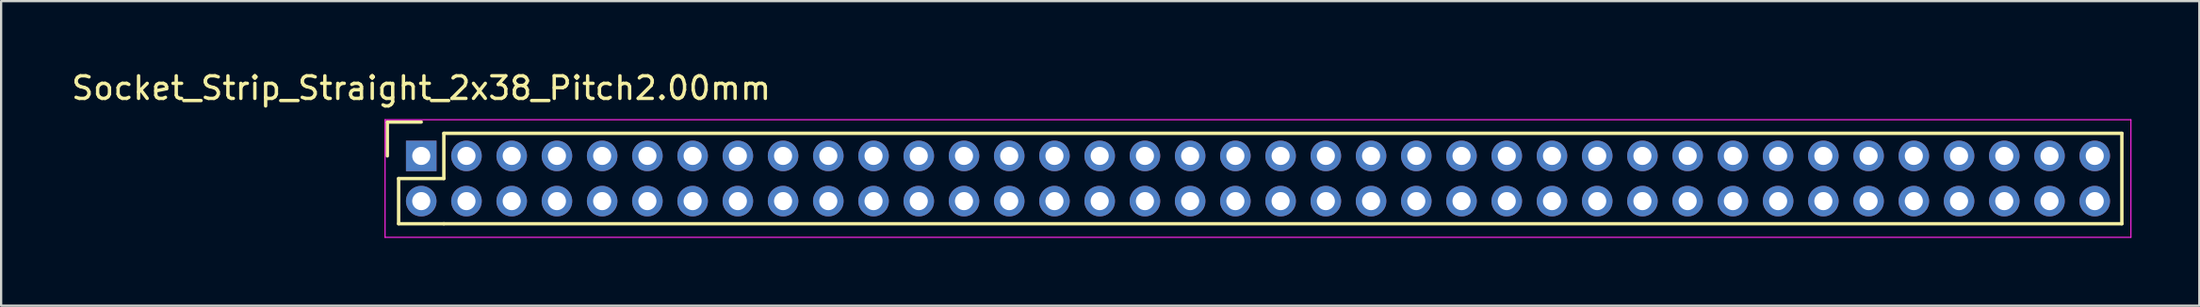
<source format=kicad_pcb>
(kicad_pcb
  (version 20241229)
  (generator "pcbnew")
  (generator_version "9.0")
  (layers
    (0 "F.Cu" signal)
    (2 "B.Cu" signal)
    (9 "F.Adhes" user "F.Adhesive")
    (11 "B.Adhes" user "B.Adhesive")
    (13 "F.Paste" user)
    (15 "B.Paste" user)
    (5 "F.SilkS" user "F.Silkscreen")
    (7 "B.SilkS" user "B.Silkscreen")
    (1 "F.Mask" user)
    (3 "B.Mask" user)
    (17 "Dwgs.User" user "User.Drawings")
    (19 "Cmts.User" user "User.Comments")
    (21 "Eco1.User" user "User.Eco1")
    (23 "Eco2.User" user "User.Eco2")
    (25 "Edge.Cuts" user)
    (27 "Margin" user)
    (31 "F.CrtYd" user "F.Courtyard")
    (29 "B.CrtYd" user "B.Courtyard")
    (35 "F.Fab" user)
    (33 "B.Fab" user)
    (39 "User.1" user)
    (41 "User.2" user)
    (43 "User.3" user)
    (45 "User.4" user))
  (footprint "Socket_Strip_Straight_2x38_Pitch2.00mm"
    (layer "F.Cu")
    (at 15.577 3.848)
    (property "Reference" "Socket_Strip_Straight_2x38_Pitch2.00mm" (at 0 -3 0) (layer "F.SilkS") (effects (font (size 1 1) (thickness 0.15))))
    (attr through_hole)
    (fp_line (start -1.5 -1.5) (end -1.5 0) (stroke (width 0.15) (type solid)) (layer "F.SilkS"))
    (fp_line (start -1 1) (end -1 3) (stroke (width 0.15) (type solid)) (layer "F.SilkS"))
    (fp_line (start -1 3) (end 1 3) (stroke (width 0.15) (type solid)) (layer "F.SilkS"))
    (fp_line (start 0 -1.5) (end -1.5 -1.5) (stroke (width 0.15) (type solid)) (layer "F.SilkS"))
    (fp_line (start 1 -1) (end 1 1) (stroke (width 0.15) (type solid)) (layer "F.SilkS"))
    (fp_line (start 1 1) (end -1 1) (stroke (width 0.15) (type solid)) (layer "F.SilkS"))
    (fp_line (start 1 3) (end 75.2 3) (stroke (width 0.15) (type solid)) (layer "F.SilkS"))
    (fp_line (start 75.2 -1) (end 1 -1) (stroke (width 0.15) (type solid)) (layer "F.SilkS"))
    (fp_line (start 75.2 3) (end 75.2 -1) (stroke (width 0.15) (type solid)) (layer "F.SilkS"))
    (fp_line (start -1.6 -1.6) (end -1.6 3.6) (stroke (width 0.05) (type solid)) (layer "F.CrtYd"))
    (fp_line (start -1.6 3.6) (end 75.6 3.6) (stroke (width 0.05) (type solid)) (layer "F.CrtYd"))
    (fp_line (start 75.6 -1.6) (end -1.6 -1.6) (stroke (width 0.05) (type solid)) (layer "F.CrtYd"))
    (fp_line (start 75.6 3.6) (end 75.6 -1.6) (stroke (width 0.05) (type solid)) (layer "F.CrtYd"))
    (pad "1" thru_hole rect (at 0 0) (size 1.35 1.35) (drill 0.8) (layers "*.Cu" "*.Mask"))
    (pad "2" thru_hole circle (at 0 2) (size 1.35 1.35) (drill 0.8) (layers "*.Cu" "*.Mask"))
    (pad "3" thru_hole circle (at 2 0) (size 1.35 1.35) (drill 0.8) (layers "*.Cu" "*.Mask"))
    (pad "4" thru_hole circle (at 2 2) (size 1.35 1.35) (drill 0.8) (layers "*.Cu" "*.Mask"))
    (pad "5" thru_hole circle (at 4 0) (size 1.35 1.35) (drill 0.8) (layers "*.Cu" "*.Mask"))
    (pad "6" thru_hole circle (at 4 2) (size 1.35 1.35) (drill 0.8) (layers "*.Cu" "*.Mask"))
    (pad "7" thru_hole circle (at 6 0) (size 1.35 1.35) (drill 0.8) (layers "*.Cu" "*.Mask"))
    (pad "8" thru_hole circle (at 6 2) (size 1.35 1.35) (drill 0.8) (layers "*.Cu" "*.Mask"))
    (pad "9" thru_hole circle (at 8 0) (size 1.35 1.35) (drill 0.8) (layers "*.Cu" "*.Mask"))
    (pad "10" thru_hole circle (at 8 2) (size 1.35 1.35) (drill 0.8) (layers "*.Cu" "*.Mask"))
    (pad "11" thru_hole circle (at 10 0) (size 1.35 1.35) (drill 0.8) (layers "*.Cu" "*.Mask"))
    (pad "12" thru_hole circle (at 10 2) (size 1.35 1.35) (drill 0.8) (layers "*.Cu" "*.Mask"))
    (pad "13" thru_hole circle (at 12 0) (size 1.35 1.35) (drill 0.8) (layers "*.Cu" "*.Mask"))
    (pad "14" thru_hole circle (at 12 2) (size 1.35 1.35) (drill 0.8) (layers "*.Cu" "*.Mask"))
    (pad "15" thru_hole circle (at 14 0) (size 1.35 1.35) (drill 0.8) (layers "*.Cu" "*.Mask"))
    (pad "16" thru_hole circle (at 14 2) (size 1.35 1.35) (drill 0.8) (layers "*.Cu" "*.Mask"))
    (pad "17" thru_hole circle (at 16 0) (size 1.35 1.35) (drill 0.8) (layers "*.Cu" "*.Mask"))
    (pad "18" thru_hole circle (at 16 2) (size 1.35 1.35) (drill 0.8) (layers "*.Cu" "*.Mask"))
    (pad "19" thru_hole circle (at 18 0) (size 1.35 1.35) (drill 0.8) (layers "*.Cu" "*.Mask"))
    (pad "20" thru_hole circle (at 18 2) (size 1.35 1.35) (drill 0.8) (layers "*.Cu" "*.Mask"))
    (pad "21" thru_hole circle (at 20 0) (size 1.35 1.35) (drill 0.8) (layers "*.Cu" "*.Mask"))
    (pad "22" thru_hole circle (at 20 2) (size 1.35 1.35) (drill 0.8) (layers "*.Cu" "*.Mask"))
    (pad "23" thru_hole circle (at 22 0) (size 1.35 1.35) (drill 0.8) (layers "*.Cu" "*.Mask"))
    (pad "24" thru_hole circle (at 22 2) (size 1.35 1.35) (drill 0.8) (layers "*.Cu" "*.Mask"))
    (pad "25" thru_hole circle (at 24 0) (size 1.35 1.35) (drill 0.8) (layers "*.Cu" "*.Mask"))
    (pad "26" thru_hole circle (at 24 2) (size 1.35 1.35) (drill 0.8) (layers "*.Cu" "*.Mask"))
    (pad "27" thru_hole circle (at 26 0) (size 1.35 1.35) (drill 0.8) (layers "*.Cu" "*.Mask"))
    (pad "28" thru_hole circle (at 26 2) (size 1.35 1.35) (drill 0.8) (layers "*.Cu" "*.Mask"))
    (pad "29" thru_hole circle (at 28 0) (size 1.35 1.35) (drill 0.8) (layers "*.Cu" "*.Mask"))
    (pad "30" thru_hole circle (at 28 2) (size 1.35 1.35) (drill 0.8) (layers "*.Cu" "*.Mask"))
    (pad "31" thru_hole circle (at 30 0) (size 1.35 1.35) (drill 0.8) (layers "*.Cu" "*.Mask"))
    (pad "32" thru_hole circle (at 30 2) (size 1.35 1.35) (drill 0.8) (layers "*.Cu" "*.Mask"))
    (pad "33" thru_hole circle (at 32 0) (size 1.35 1.35) (drill 0.8) (layers "*.Cu" "*.Mask"))
    (pad "34" thru_hole circle (at 32 2) (size 1.35 1.35) (drill 0.8) (layers "*.Cu" "*.Mask"))
    (pad "35" thru_hole circle (at 34 0) (size 1.35 1.35) (drill 0.8) (layers "*.Cu" "*.Mask"))
    (pad "36" thru_hole circle (at 34 2) (size 1.35 1.35) (drill 0.8) (layers "*.Cu" "*.Mask"))
    (pad "37" thru_hole circle (at 36 0) (size 1.35 1.35) (drill 0.8) (layers "*.Cu" "*.Mask"))
    (pad "38" thru_hole circle (at 36 2) (size 1.35 1.35) (drill 0.8) (layers "*.Cu" "*.Mask"))
    (pad "39" thru_hole circle (at 38 0) (size 1.35 1.35) (drill 0.8) (layers "*.Cu" "*.Mask"))
    (pad "40" thru_hole circle (at 38 2) (size 1.35 1.35) (drill 0.8) (layers "*.Cu" "*.Mask"))
    (pad "41" thru_hole circle (at 40 0) (size 1.35 1.35) (drill 0.8) (layers "*.Cu" "*.Mask"))
    (pad "42" thru_hole circle (at 40 2) (size 1.35 1.35) (drill 0.8) (layers "*.Cu" "*.Mask"))
    (pad "43" thru_hole circle (at 42 0) (size 1.35 1.35) (drill 0.8) (layers "*.Cu" "*.Mask"))
    (pad "44" thru_hole circle (at 42 2) (size 1.35 1.35) (drill 0.8) (layers "*.Cu" "*.Mask"))
    (pad "45" thru_hole circle (at 44 0) (size 1.35 1.35) (drill 0.8) (layers "*.Cu" "*.Mask"))
    (pad "46" thru_hole circle (at 44 2) (size 1.35 1.35) (drill 0.8) (layers "*.Cu" "*.Mask"))
    (pad "47" thru_hole circle (at 46 0) (size 1.35 1.35) (drill 0.8) (layers "*.Cu" "*.Mask"))
    (pad "48" thru_hole circle (at 46 2) (size 1.35 1.35) (drill 0.8) (layers "*.Cu" "*.Mask"))
    (pad "49" thru_hole circle (at 48 0) (size 1.35 1.35) (drill 0.8) (layers "*.Cu" "*.Mask"))
    (pad "50" thru_hole circle (at 48 2) (size 1.35 1.35) (drill 0.8) (layers "*.Cu" "*.Mask"))
    (pad "51" thru_hole circle (at 50 0) (size 1.35 1.35) (drill 0.8) (layers "*.Cu" "*.Mask"))
    (pad "52" thru_hole circle (at 50 2) (size 1.35 1.35) (drill 0.8) (layers "*.Cu" "*.Mask"))
    (pad "53" thru_hole circle (at 52 0) (size 1.35 1.35) (drill 0.8) (layers "*.Cu" "*.Mask"))
    (pad "54" thru_hole circle (at 52 2) (size 1.35 1.35) (drill 0.8) (layers "*.Cu" "*.Mask"))
    (pad "55" thru_hole circle (at 54 0) (size 1.35 1.35) (drill 0.8) (layers "*.Cu" "*.Mask"))
    (pad "56" thru_hole circle (at 54 2) (size 1.35 1.35) (drill 0.8) (layers "*.Cu" "*.Mask"))
    (pad "57" thru_hole circle (at 56 0) (size 1.35 1.35) (drill 0.8) (layers "*.Cu" "*.Mask"))
    (pad "58" thru_hole circle (at 56 2) (size 1.35 1.35) (drill 0.8) (layers "*.Cu" "*.Mask"))
    (pad "59" thru_hole circle (at 58 0) (size 1.35 1.35) (drill 0.8) (layers "*.Cu" "*.Mask"))
    (pad "60" thru_hole circle (at 58 2) (size 1.35 1.35) (drill 0.8) (layers "*.Cu" "*.Mask"))
    (pad "61" thru_hole circle (at 60 0) (size 1.35 1.35) (drill 0.8) (layers "*.Cu" "*.Mask"))
    (pad "62" thru_hole circle (at 60 2) (size 1.35 1.35) (drill 0.8) (layers "*.Cu" "*.Mask"))
    (pad "63" thru_hole circle (at 62 0) (size 1.35 1.35) (drill 0.8) (layers "*.Cu" "*.Mask"))
    (pad "64" thru_hole circle (at 62 2) (size 1.35 1.35) (drill 0.8) (layers "*.Cu" "*.Mask"))
    (pad "65" thru_hole circle (at 64 0) (size 1.35 1.35) (drill 0.8) (layers "*.Cu" "*.Mask"))
    (pad "66" thru_hole circle (at 64 2) (size 1.35 1.35) (drill 0.8) (layers "*.Cu" "*.Mask"))
    (pad "67" thru_hole circle (at 66 0) (size 1.35 1.35) (drill 0.8) (layers "*.Cu" "*.Mask"))
    (pad "68" thru_hole circle (at 66 2) (size 1.35 1.35) (drill 0.8) (layers "*.Cu" "*.Mask"))
    (pad "69" thru_hole circle (at 68 0) (size 1.35 1.35) (drill 0.8) (layers "*.Cu" "*.Mask"))
    (pad "70" thru_hole circle (at 68 2) (size 1.35 1.35) (drill 0.8) (layers "*.Cu" "*.Mask"))
    (pad "71" thru_hole circle (at 70 0) (size 1.35 1.35) (drill 0.8) (layers "*.Cu" "*.Mask"))
    (pad "72" thru_hole circle (at 70 2) (size 1.35 1.35) (drill 0.8) (layers "*.Cu" "*.Mask"))
    (pad "73" thru_hole circle (at 72 0) (size 1.35 1.35) (drill 0.8) (layers "*.Cu" "*.Mask"))
    (pad "74" thru_hole circle (at 72 2) (size 1.35 1.35) (drill 0.8) (layers "*.Cu" "*.Mask"))
    (pad "75" thru_hole circle (at 74 0) (size 1.35 1.35) (drill 0.8) (layers "*.Cu" "*.Mask"))
    (pad "76" thru_hole circle (at 74 2) (size 1.35 1.35) (drill 0.8) (layers "*.Cu" "*.Mask")))
  (gr_rect
    (start -3 -3)
    (end 94.202 10.473)
    (stroke (width 0.1) (type default))
    (fill no)
    (layer "Edge.Cuts")))
</source>
